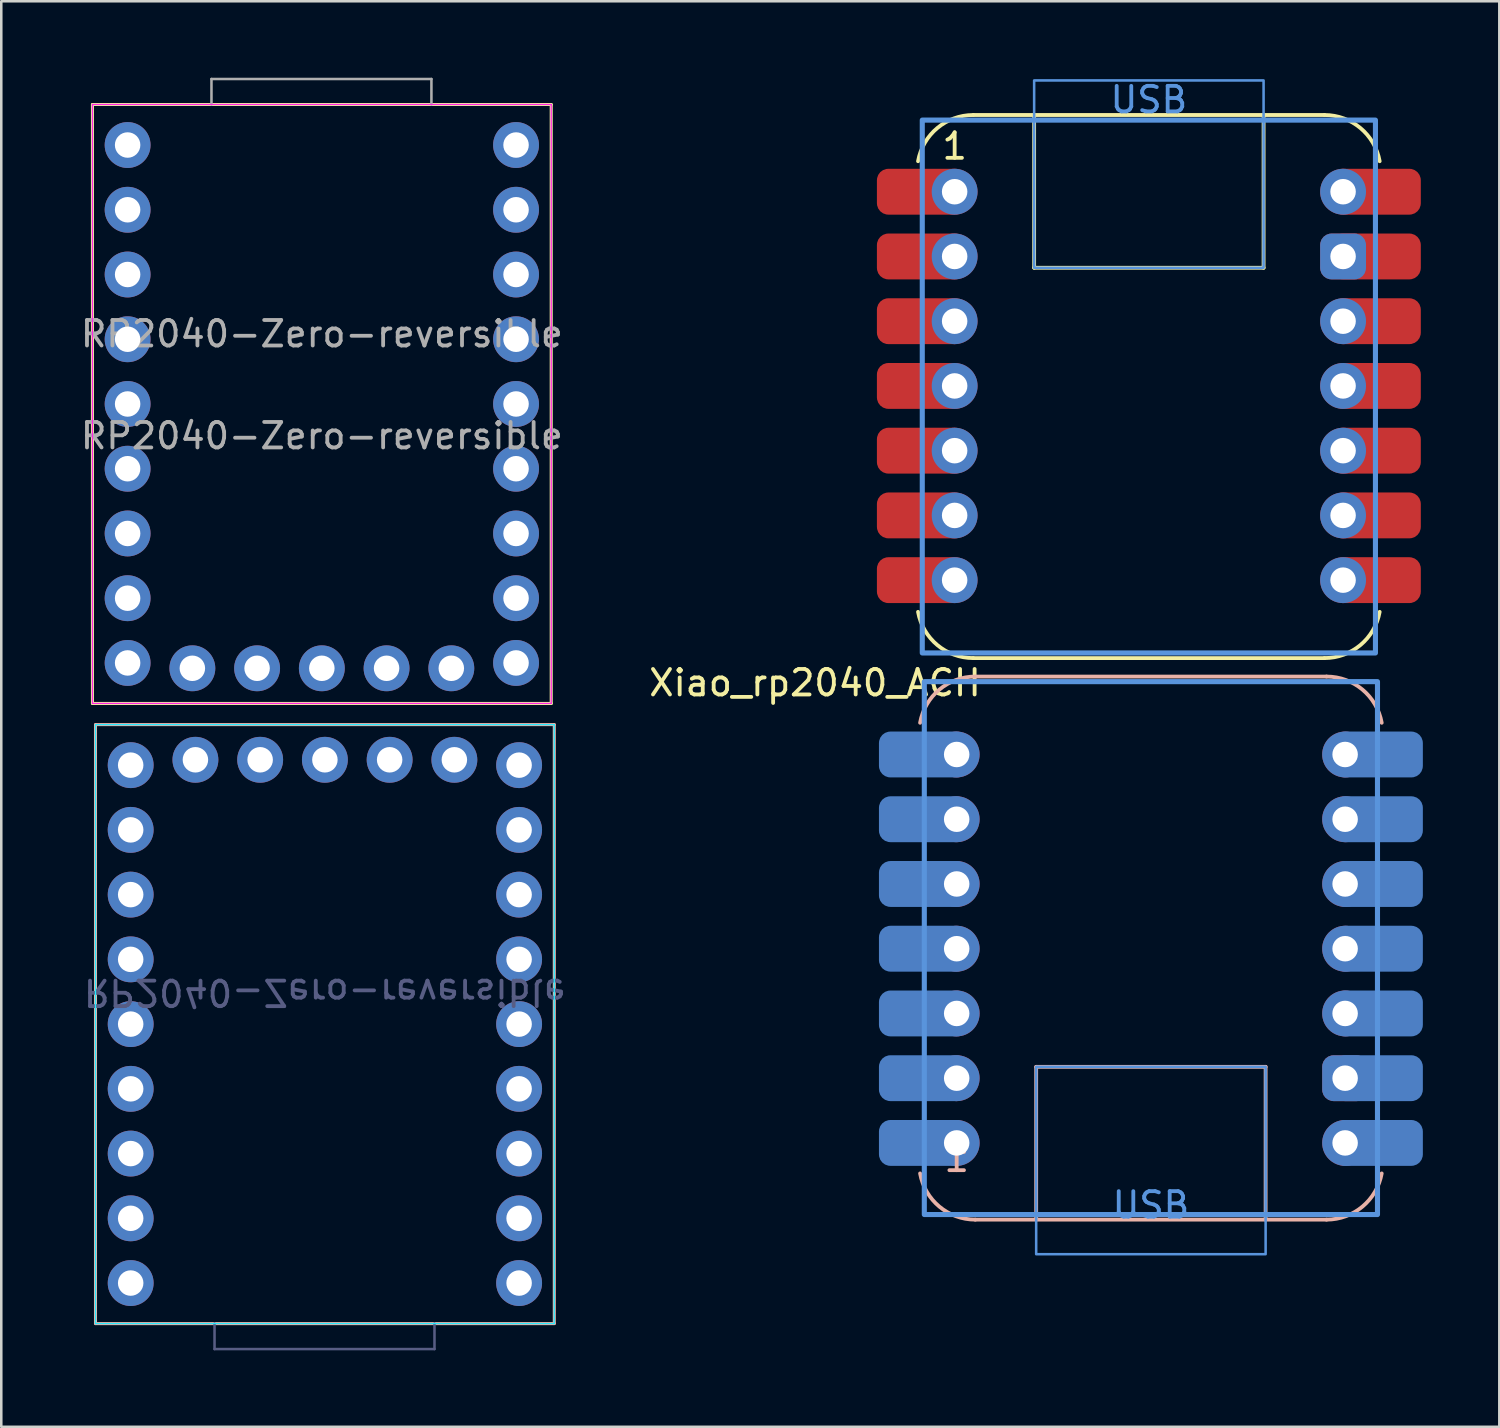
<source format=kicad_pcb>
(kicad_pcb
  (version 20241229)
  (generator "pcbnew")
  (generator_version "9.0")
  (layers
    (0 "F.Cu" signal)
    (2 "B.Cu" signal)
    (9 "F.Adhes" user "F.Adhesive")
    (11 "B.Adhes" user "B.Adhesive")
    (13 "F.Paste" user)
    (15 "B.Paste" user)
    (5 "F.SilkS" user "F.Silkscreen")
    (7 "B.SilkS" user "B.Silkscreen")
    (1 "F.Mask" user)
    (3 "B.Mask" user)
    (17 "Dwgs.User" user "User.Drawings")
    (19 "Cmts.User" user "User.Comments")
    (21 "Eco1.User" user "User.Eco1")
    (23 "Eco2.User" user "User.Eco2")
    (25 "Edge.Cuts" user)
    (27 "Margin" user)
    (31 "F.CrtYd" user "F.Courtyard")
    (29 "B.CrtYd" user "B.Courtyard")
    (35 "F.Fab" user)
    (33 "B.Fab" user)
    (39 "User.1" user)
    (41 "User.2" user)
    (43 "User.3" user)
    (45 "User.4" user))
  (footprint "RP2040-Zero-reversible"
    (layer "F.Cu")
    (at 9.577 13.55)
    (property "Reference" "RP2040-Zero-reversible" (at 0 -3.5 0) (unlocked yes) (layer "F.Fab") (effects (font (size 1 1) (thickness 0.15))))
    (attr through_hole)
    (fp_line (start -9 -12.5) (end -9 11) (stroke (width 0.12) (type solid)) (layer "F.SilkS"))
    (fp_line (start -9 11) (end 9 11) (stroke (width 0.12) (type solid)) (layer "F.SilkS"))
    (fp_line (start 9 -12.5) (end -9 -12.5) (stroke (width 0.12) (type solid)) (layer "F.SilkS"))
    (fp_line (start 9 11) (end 9 -12.5) (stroke (width 0.12) (type solid)) (layer "F.SilkS"))
    (fp_line (start -8.88 11.83) (end -8.88 35.33) (stroke (width 0.12) (type solid)) (layer "B.SilkS"))
    (fp_line (start -8.88 35.33) (end 9.12 35.33) (stroke (width 0.12) (type solid)) (layer "B.SilkS"))
    (fp_line (start 9.12 11.83) (end -8.88 11.83) (stroke (width 0.12) (type solid)) (layer "B.SilkS"))
    (fp_line (start 9.12 35.33) (end 9.12 11.83) (stroke (width 0.12) (type solid)) (layer "B.SilkS"))
    (fp_line (start -8.88 11.83) (end 9.12 11.83) (stroke (width 0.05) (type solid)) (layer "B.CrtYd"))
    (fp_line (start -8.88 35.33) (end -8.88 11.83) (stroke (width 0.05) (type solid)) (layer "B.CrtYd"))
    (fp_line (start 9.12 11.83) (end 9.12 35.33) (stroke (width 0.05) (type solid)) (layer "B.CrtYd"))
    (fp_line (start 9.12 35.33) (end -8.88 35.33) (stroke (width 0.05) (type solid)) (layer "B.CrtYd"))
    (fp_line (start -9 -12.5) (end 9 -12.5) (stroke (width 0.05) (type solid)) (layer "F.CrtYd"))
    (fp_line (start -9 11) (end -9 -12.5) (stroke (width 0.05) (type solid)) (layer "F.CrtYd"))
    (fp_line (start 9 -12.5) (end 9 11) (stroke (width 0.05) (type solid)) (layer "F.CrtYd"))
    (fp_line (start 9 11) (end -9 11) (stroke (width 0.05) (type solid)) (layer "F.CrtYd"))
    (fp_line (start -4.21 35.33) (end -4.21 36.33) (stroke (width 0.1) (type solid)) (layer "B.Fab"))
    (fp_line (start 4.42 35.33) (end 4.42 36.33) (stroke (width 0.1) (type solid)) (layer "B.Fab"))
    (fp_line (start 4.42 36.33) (end -4.21 36.33) (stroke (width 0.1) (type solid)) (layer "B.Fab"))
    (fp_line (start -4.33 -13.5) (end -4.33 -12.5) (stroke (width 0.1) (type solid)) (layer "F.Fab"))
    (fp_line (start -4.33 -13.5) (end 4.3 -13.5) (stroke (width 0.1) (type solid)) (layer "F.Fab"))
    (fp_line (start 4.3 -13.5) (end 4.3 -12.5) (stroke (width 0.1) (type solid)) (layer "F.Fab"))
    (fp_text user "${REFERENCE}" (at 0.12 22.33 180) (unlocked yes) (layer "B.Fab") (effects (font (size 1 1) (thickness 0.15)) (justify mirror)))
    (fp_text user "${REFERENCE}" (at 0 0.5 0) (unlocked yes) (layer "F.Fab") (effects (font (size 1 1) (thickness 0.15))))
    (pad "1" thru_hole circle (at 7.62 -10.91) (size 1.8 1.8) (drill 1) (layers "*.Cu" "*.Mask"))
    (pad "1" thru_hole circle (at 7.74 33.74 180) (size 1.8 1.8) (drill 1) (layers "*.Cu" "*.Mask"))
    (pad "2" thru_hole circle (at 7.62 -8.37) (size 1.8 1.8) (drill 1) (layers "*.Cu" "*.Mask"))
    (pad "2" thru_hole circle (at 7.74 31.2 180) (size 1.8 1.8) (drill 1) (layers "*.Cu" "*.Mask"))
    (pad "3" thru_hole circle (at 7.62 -5.83) (size 1.8 1.8) (drill 1) (layers "*.Cu" "*.Mask"))
    (pad "3" thru_hole circle (at 7.74 28.66 180) (size 1.8 1.8) (drill 1) (layers "*.Cu" "*.Mask"))
    (pad "4" thru_hole circle (at 7.62 -3.29) (size 1.8 1.8) (drill 1) (layers "*.Cu" "*.Mask"))
    (pad "4" thru_hole circle (at 7.74 26.12 180) (size 1.8 1.8) (drill 1) (layers "*.Cu" "*.Mask"))
    (pad "5" thru_hole circle (at 7.62 -0.75) (size 1.8 1.8) (drill 1) (layers "*.Cu" "*.Mask"))
    (pad "5" thru_hole circle (at 7.74 23.58 180) (size 1.8 1.8) (drill 1) (layers "*.Cu" "*.Mask"))
    (pad "6" thru_hole circle (at 7.62 1.79) (size 1.8 1.8) (drill 1) (layers "*.Cu" "*.Mask"))
    (pad "6" thru_hole circle (at 7.74 21.04 180) (size 1.8 1.8) (drill 1) (layers "*.Cu" "*.Mask"))
    (pad "7" thru_hole circle (at 7.62 4.33) (size 1.8 1.8) (drill 1) (layers "*.Cu" "*.Mask"))
    (pad "7" thru_hole circle (at 7.74 18.5 180) (size 1.8 1.8) (drill 1) (layers "*.Cu" "*.Mask"))
    (pad "8" thru_hole circle (at 7.62 6.87) (size 1.8 1.8) (drill 1) (layers "*.Cu" "*.Mask"))
    (pad "8" thru_hole circle (at 7.74 15.96 180) (size 1.8 1.8) (drill 1) (layers "*.Cu" "*.Mask"))
    (pad "9" thru_hole circle (at 7.62 9.41) (size 1.8 1.8) (drill 1) (layers "*.Cu" "*.Mask"))
    (pad "9" thru_hole circle (at 7.74 13.42 180) (size 1.8 1.8) (drill 1) (layers "*.Cu" "*.Mask"))
    (pad "10" thru_hole circle (at 5.08 9.62) (size 1.8 1.8) (drill 1) (layers "*.Cu" "*.Mask"))
    (pad "10" thru_hole circle (at 5.2 13.21 180) (size 1.8 1.8) (drill 1) (layers "*.Cu" "*.Mask"))
    (pad "11" thru_hole circle (at 2.54 9.62) (size 1.8 1.8) (drill 1) (layers "*.Cu" "*.Mask"))
    (pad "11" thru_hole circle (at 2.66 13.21 180) (size 1.8 1.8) (drill 1) (layers "*.Cu" "*.Mask"))
    (pad "12" thru_hole circle (at 0 9.62) (size 1.8 1.8) (drill 1) (layers "*.Cu" "*.Mask"))
    (pad "12" thru_hole circle (at 0.12 13.21 180) (size 1.8 1.8) (drill 1) (layers "*.Cu" "*.Mask"))
    (pad "13" thru_hole circle (at -2.54 9.62) (size 1.8 1.8) (drill 1) (layers "*.Cu" "*.Mask"))
    (pad "13" thru_hole circle (at -2.42 13.21 180) (size 1.8 1.8) (drill 1) (layers "*.Cu" "*.Mask"))
    (pad "14" thru_hole circle (at -5.08 9.62) (size 1.8 1.8) (drill 1) (layers "*.Cu" "*.Mask"))
    (pad "14" thru_hole circle (at -4.96 13.21 180) (size 1.8 1.8) (drill 1) (layers "*.Cu" "*.Mask"))
    (pad "15" thru_hole circle (at -7.62 9.41) (size 1.8 1.8) (drill 1) (layers "*.Cu" "*.Mask"))
    (pad "15" thru_hole circle (at -7.5 13.42 180) (size 1.8 1.8) (drill 1) (layers "*.Cu" "*.Mask"))
    (pad "16" thru_hole circle (at -7.62 6.87) (size 1.8 1.8) (drill 1) (layers "*.Cu" "*.Mask"))
    (pad "16" thru_hole circle (at -7.5 15.96 180) (size 1.8 1.8) (drill 1) (layers "*.Cu" "*.Mask"))
    (pad "17" thru_hole circle (at -7.62 4.33) (size 1.8 1.8) (drill 1) (layers "*.Cu" "*.Mask"))
    (pad "17" thru_hole circle (at -7.5 18.5 180) (size 1.8 1.8) (drill 1) (layers "*.Cu" "*.Mask"))
    (pad "18" thru_hole circle (at -7.62 1.79) (size 1.8 1.8) (drill 1) (layers "*.Cu" "*.Mask"))
    (pad "18" thru_hole circle (at -7.5 21.04 180) (size 1.8 1.8) (drill 1) (layers "*.Cu" "*.Mask"))
    (pad "19" thru_hole circle (at -7.62 -10.91) (size 1.8 1.8) (drill 1) (layers "*.Cu" "*.Mask"))
    (pad "19" thru_hole circle (at -7.5 33.74 180) (size 1.8 1.8) (drill 1) (layers "*.Cu" "*.Mask"))
    (pad "20" thru_hole circle (at -7.62 -8.37) (size 1.8 1.8) (drill 1) (layers "*.Cu" "*.Mask"))
    (pad "20" thru_hole circle (at -7.5 31.2 180) (size 1.8 1.8) (drill 1) (layers "*.Cu" "*.Mask"))
    (pad "21" thru_hole circle (at -7.62 -5.83) (size 1.8 1.8) (drill 1) (layers "*.Cu" "*.Mask"))
    (pad "21" thru_hole circle (at -7.5 28.66 180) (size 1.8 1.8) (drill 1) (layers "*.Cu" "*.Mask"))
    (pad "22" thru_hole circle (at -7.62 -0.75) (size 1.8 1.8) (drill 1) (layers "*.Cu" "*.Mask"))
    (pad "22" thru_hole circle (at -7.5 23.58 180) (size 1.8 1.8) (drill 1) (layers "*.Cu" "*.Mask"))
    (pad "23" thru_hole circle (at -7.62 -3.29) (size 1.8 1.8) (drill 1) (layers "*.Cu" "*.Mask"))
    (pad "23" thru_hole circle (at -7.5 26.12 180) (size 1.8 1.8) (drill 1) (layers "*.Cu" "*.Mask")))
  (footprint "Xiao_rp2040_ACH"
    (layer "F.Cu")
    (at 42.025 12.092)
    (property "Reference" "Xiao_rp2040_ACH" (at -6.5 11.65 0) (layer "F.SilkS") (effects (font (size 1 1) (thickness 0.15)) (justify right)))
    (attr through_hole exclude_from_pos_files exclude_from_bom)
    (fp_line (start -6.89 -10.63) (end 6.89 -10.63) (stroke (width 0.15) (type default)) (layer "F.SilkS"))
    (fp_line (start -4.501 -4.636) (end -4.501 -10.63) (stroke (width 0.15) (type default)) (layer "F.SilkS"))
    (fp_line (start 4.501 -4.636) (end -4.501 -4.636) (stroke (width 0.15) (type default)) (layer "F.SilkS"))
    (fp_line (start 4.501 -4.636) (end 4.501 -10.63) (stroke (width 0.15) (type default)) (layer "F.SilkS"))
    (fp_line (start 6.89 10.678) (end -6.89 10.678) (stroke (width 0.15) (type default)) (layer "F.SilkS"))
    (fp_arc (start -9.055742 -8.816738) (mid -8.302299 -10.116834) (end -6.890001 -10.63) (stroke (width 0.15) (type default)) (layer "F.SilkS"))
    (fp_arc (start -6.89 10.6775) (mid -8.302299 10.164335) (end -9.055742 8.864239) (stroke (width 0.15) (type default)) (layer "F.SilkS"))
    (fp_arc (start 6.889999 -10.63) (mid 8.302298 -10.116835) (end 9.05574 -8.816738) (stroke (width 0.15) (type default)) (layer "F.SilkS"))
    (fp_arc (start 9.05574 8.864238) (mid 8.302298 10.164335) (end 6.889999 10.6775) (stroke (width 0.15) (type default)) (layer "F.SilkS"))
    (fp_line (start -6.81 11.402) (end 6.97 11.402) (stroke (width 0.15) (type default)) (layer "B.SilkS"))
    (fp_line (start -4.421 26.715) (end 4.581 26.715) (stroke (width 0.15) (type default)) (layer "B.SilkS"))
    (fp_line (start -4.421 32.71) (end -4.421 26.715) (stroke (width 0.15) (type default)) (layer "B.SilkS"))
    (fp_line (start 4.581 32.71) (end 4.581 26.715) (stroke (width 0.15) (type default)) (layer "B.SilkS"))
    (fp_line (start 6.97 32.71) (end -6.81 32.71) (stroke (width 0.15) (type default)) (layer "B.SilkS"))
    (fp_arc (start -8.975742 13.215761) (mid -8.222299 11.915665) (end -6.81 11.4025) (stroke (width 0.15) (type default)) (layer "B.SilkS"))
    (fp_arc (start -6.810001 32.71) (mid -8.222299 32.196834) (end -8.975742 30.896738) (stroke (width 0.15) (type default)) (layer "B.SilkS"))
    (fp_arc (start 6.969999 11.4025) (mid 8.382298 11.915665) (end 9.13574 13.215762) (stroke (width 0.15) (type default)) (layer "B.SilkS"))
    (fp_arc (start 9.13574 30.896738) (mid 8.382298 32.196835) (end 6.969999 32.71) (stroke (width 0.15) (type default)) (layer "B.SilkS"))
    (fp_rect (start -8.89 -10.43) (end 8.89 10.477) (stroke (width 0.2) (type solid)) (fill no) (layer "Cmts.User"))
    (fp_rect (start -4.501 -11.986) (end 4.501 -4.636) (stroke (width 0.1) (type default)) (fill no) (layer "Cmts.User"))
    (fp_rect (start 4.581 34.066) (end -4.421 26.715) (stroke (width 0.1) (type default)) (fill no) (layer "Cmts.User"))
    (fp_rect (start 8.97 32.51) (end -8.81 11.602) (stroke (width 0.2) (type solid)) (fill no) (layer "Cmts.User"))
    (fp_text user "1" (at -7.62 -8.82 0) (layer "F.SilkS") (effects (font (size 1 1) (thickness 0.15)) (justify bottom)))
    (fp_text user "1" (at -7.54 30.9 0) (layer "B.SilkS") (effects (font (size 1 1) (thickness 0.15)) (justify bottom mirror)))
    (fp_text user "USB" (at -0.000001 -10.643 0) (layer "Cmts.User") (effects (font (size 1 1) (thickness 0.15)) (justify bottom)))
    (fp_text user "USB" (at 0.08 32.722 0) (layer "Cmts.User") (effects (font (size 1 1) (thickness 0.15)) (justify bottom)))
    (pad "1" smd roundrect (at -8.92 -7.62) (size 3.5 1.8) (layers "F.Cu" "F.Mask") (roundrect_rratio 0.25))
    (pad "1" smd roundrect (at -8.84 29.7) (size 3.5 1.8) (layers "B.Cu" "B.Mask") (roundrect_rratio 0.25))
    (pad "1" thru_hole circle (at -7.62 -7.62) (size 1.8 1.8) (drill 1) (layers "*.Cu" "*.Mask"))
    (pad "1" thru_hole circle (at -7.54 29.7) (size 1.8 1.8) (drill 1) (layers "*.Cu" "*.Mask"))
    (pad "2" smd roundrect (at -8.92 -5.08) (size 3.5 1.8) (layers "F.Cu" "F.Mask") (roundrect_rratio 0.25))
    (pad "2" smd roundrect (at -8.84 27.16) (size 3.5 1.8) (layers "B.Cu" "B.Mask") (roundrect_rratio 0.25))
    (pad "2" thru_hole circle (at -7.62 -5.08) (size 1.8 1.8) (drill 1) (layers "*.Cu" "*.Mask"))
    (pad "2" thru_hole circle (at -7.54 27.16) (size 1.8 1.8) (drill 1) (layers "*.Cu" "*.Mask"))
    (pad "3" smd roundrect (at -8.92 -2.54) (size 3.5 1.8) (layers "F.Cu" "F.Mask") (roundrect_rratio 0.25))
    (pad "3" smd roundrect (at -8.84 24.62) (size 3.5 1.8) (layers "B.Cu" "B.Mask") (roundrect_rratio 0.25))
    (pad "3" thru_hole circle (at -7.62 -2.54) (size 1.8 1.8) (drill 1) (layers "*.Cu" "*.Mask"))
    (pad "3" thru_hole circle (at -7.54 24.62) (size 1.8 1.8) (drill 1) (layers "*.Cu" "*.Mask"))
    (pad "4" smd roundrect (at -8.92 0) (size 3.5 1.8) (layers "F.Cu" "F.Mask") (roundrect_rratio 0.25))
    (pad "4" smd roundrect (at -8.84 22.08) (size 3.5 1.8) (layers "B.Cu" "B.Mask") (roundrect_rratio 0.25))
    (pad "4" thru_hole circle (at -7.62 0) (size 1.8 1.8) (drill 1) (layers "*.Cu" "*.Mask"))
    (pad "4" thru_hole circle (at -7.54 22.08) (size 1.8 1.8) (drill 1) (layers "*.Cu" "*.Mask"))
    (pad "5" smd roundrect (at -8.92 2.54) (size 3.5 1.8) (layers "F.Cu" "F.Mask") (roundrect_rratio 0.25))
    (pad "5" smd roundrect (at -8.84 19.54) (size 3.5 1.8) (layers "B.Cu" "B.Mask") (roundrect_rratio 0.25))
    (pad "5" thru_hole circle (at -7.62 2.54) (size 1.8 1.8) (drill 1) (layers "*.Cu" "*.Mask"))
    (pad "5" thru_hole circle (at -7.54 19.54) (size 1.8 1.8) (drill 1) (layers "*.Cu" "*.Mask"))
    (pad "6" smd roundrect (at -8.92 5.08) (size 3.5 1.8) (layers "F.Cu" "F.Mask") (roundrect_rratio 0.25))
    (pad "6" smd roundrect (at -8.84 17) (size 3.5 1.8) (layers "B.Cu" "B.Mask") (roundrect_rratio 0.25))
    (pad "6" thru_hole circle (at -7.62 5.08) (size 1.8 1.8) (drill 1) (layers "*.Cu" "*.Mask"))
    (pad "6" thru_hole circle (at -7.54 17) (size 1.8 1.8) (drill 1) (layers "*.Cu" "*.Mask"))
    (pad "7" smd roundrect (at -8.92 7.62) (size 3.5 1.8) (layers "F.Cu" "F.Mask") (roundrect_rratio 0.25))
    (pad "7" smd roundrect (at -8.84 14.46) (size 3.5 1.8) (layers "B.Cu" "B.Mask") (roundrect_rratio 0.25))
    (pad "7" thru_hole circle (at -7.62 7.62) (size 1.8 1.8) (drill 1) (layers "*.Cu" "*.Mask"))
    (pad "7" thru_hole circle (at -7.54 14.46) (size 1.8 1.8) (drill 1) (layers "*.Cu" "*.Mask"))
    (pad "8" thru_hole circle (at 7.62 -7.62 180) (size 1.8 1.8) (drill 1) (layers "*.Cu" "*.Mask"))
    (pad "8" thru_hole circle (at 7.7 29.7 180) (size 1.8 1.8) (drill 1) (layers "*.Cu" "*.Mask"))
    (pad "8" smd roundrect (at 8.92 -7.62 180) (size 3.5 1.8) (layers "F.Cu" "F.Mask") (roundrect_rratio 0.25))
    (pad "8" smd roundrect (at 9 29.7 180) (size 3.5 1.8) (layers "B.Cu" "B.Mask") (roundrect_rratio 0.25))
    (pad "9" thru_hole roundrect (at 7.62 -5.08 180) (size 1.8 1.8) (drill 1) (layers "*.Cu" "*.Mask") (roundrect_rratio 0.25))
    (pad "9" thru_hole roundrect (at 7.7 27.16 180) (size 1.8 1.8) (drill 1) (layers "*.Cu" "*.Mask") (roundrect_rratio 0.25))
    (pad "9" smd roundrect (at 8.92 -5.08 180) (size 3.5 1.8) (layers "F.Cu" "F.Mask") (roundrect_rratio 0.25))
    (pad "9" smd roundrect (at 9 27.16 180) (size 3.5 1.8) (layers "B.Cu" "B.Mask") (roundrect_rratio 0.25))
    (pad "10" thru_hole circle (at 7.62 -2.54 180) (size 1.8 1.8) (drill 1) (layers "*.Cu" "*.Mask"))
    (pad "10" thru_hole circle (at 7.7 24.62 180) (size 1.8 1.8) (drill 1) (layers "*.Cu" "*.Mask"))
    (pad "10" smd roundrect (at 8.92 -2.54 180) (size 3.5 1.8) (layers "F.Cu" "F.Mask") (roundrect_rratio 0.25))
    (pad "10" smd roundrect (at 9 24.62 180) (size 3.5 1.8) (layers "B.Cu" "B.Mask") (roundrect_rratio 0.25))
    (pad "11" thru_hole circle (at 7.62 0 180) (size 1.8 1.8) (drill 1) (layers "*.Cu" "*.Mask"))
    (pad "11" thru_hole circle (at 7.7 22.08 180) (size 1.8 1.8) (drill 1) (layers "*.Cu" "*.Mask"))
    (pad "11" smd roundrect (at 8.92 0 180) (size 3.5 1.8) (layers "F.Cu" "F.Mask") (roundrect_rratio 0.25))
    (pad "11" smd roundrect (at 9 22.08 180) (size 3.5 1.8) (layers "B.Cu" "B.Mask") (roundrect_rratio 0.25))
    (pad "12" thru_hole circle (at 7.62 2.54 180) (size 1.8 1.8) (drill 1) (layers "*.Cu" "*.Mask"))
    (pad "12" thru_hole circle (at 7.7 19.54 180) (size 1.8 1.8) (drill 1) (layers "*.Cu" "*.Mask"))
    (pad "12" smd roundrect (at 8.92 2.54 180) (size 3.5 1.8) (layers "F.Cu" "F.Mask") (roundrect_rratio 0.25))
    (pad "12" smd roundrect (at 9 19.54 180) (size 3.5 1.8) (layers "B.Cu" "B.Mask") (roundrect_rratio 0.25))
    (pad "13" thru_hole circle (at 7.62 5.08) (size 1.8 1.8) (drill 1) (layers "*.Cu" "*.Mask"))
    (pad "13" thru_hole circle (at 7.7 17) (size 1.8 1.8) (drill 1) (layers "*.Cu" "*.Mask"))
    (pad "13" smd roundrect (at 8.92 5.08) (size 3.5 1.8) (layers "F.Cu" "F.Mask") (roundrect_rratio 0.25))
    (pad "13" smd roundrect (at 9 17) (size 3.5 1.8) (layers "B.Cu" "B.Mask") (roundrect_rratio 0.25))
    (pad "14" thru_hole circle (at 7.62 7.62) (size 1.8 1.8) (drill 1) (layers "*.Cu" "*.Mask"))
    (pad "14" thru_hole circle (at 7.7 14.46) (size 1.8 1.8) (drill 1) (layers "*.Cu" "*.Mask"))
    (pad "14" smd roundrect (at 8.92 7.62) (size 3.5 1.8) (layers "F.Cu" "F.Mask") (roundrect_rratio 0.25))
    (pad "14" smd roundrect (at 9 14.46) (size 3.5 1.8) (layers "B.Cu" "B.Mask") (roundrect_rratio 0.25)))
  (gr_rect
    (start -3 -3)
    (end 55.775 52.93)
    (stroke (width 0.1) (type default))
    (fill no)
    (layer "Edge.Cuts")))
</source>
